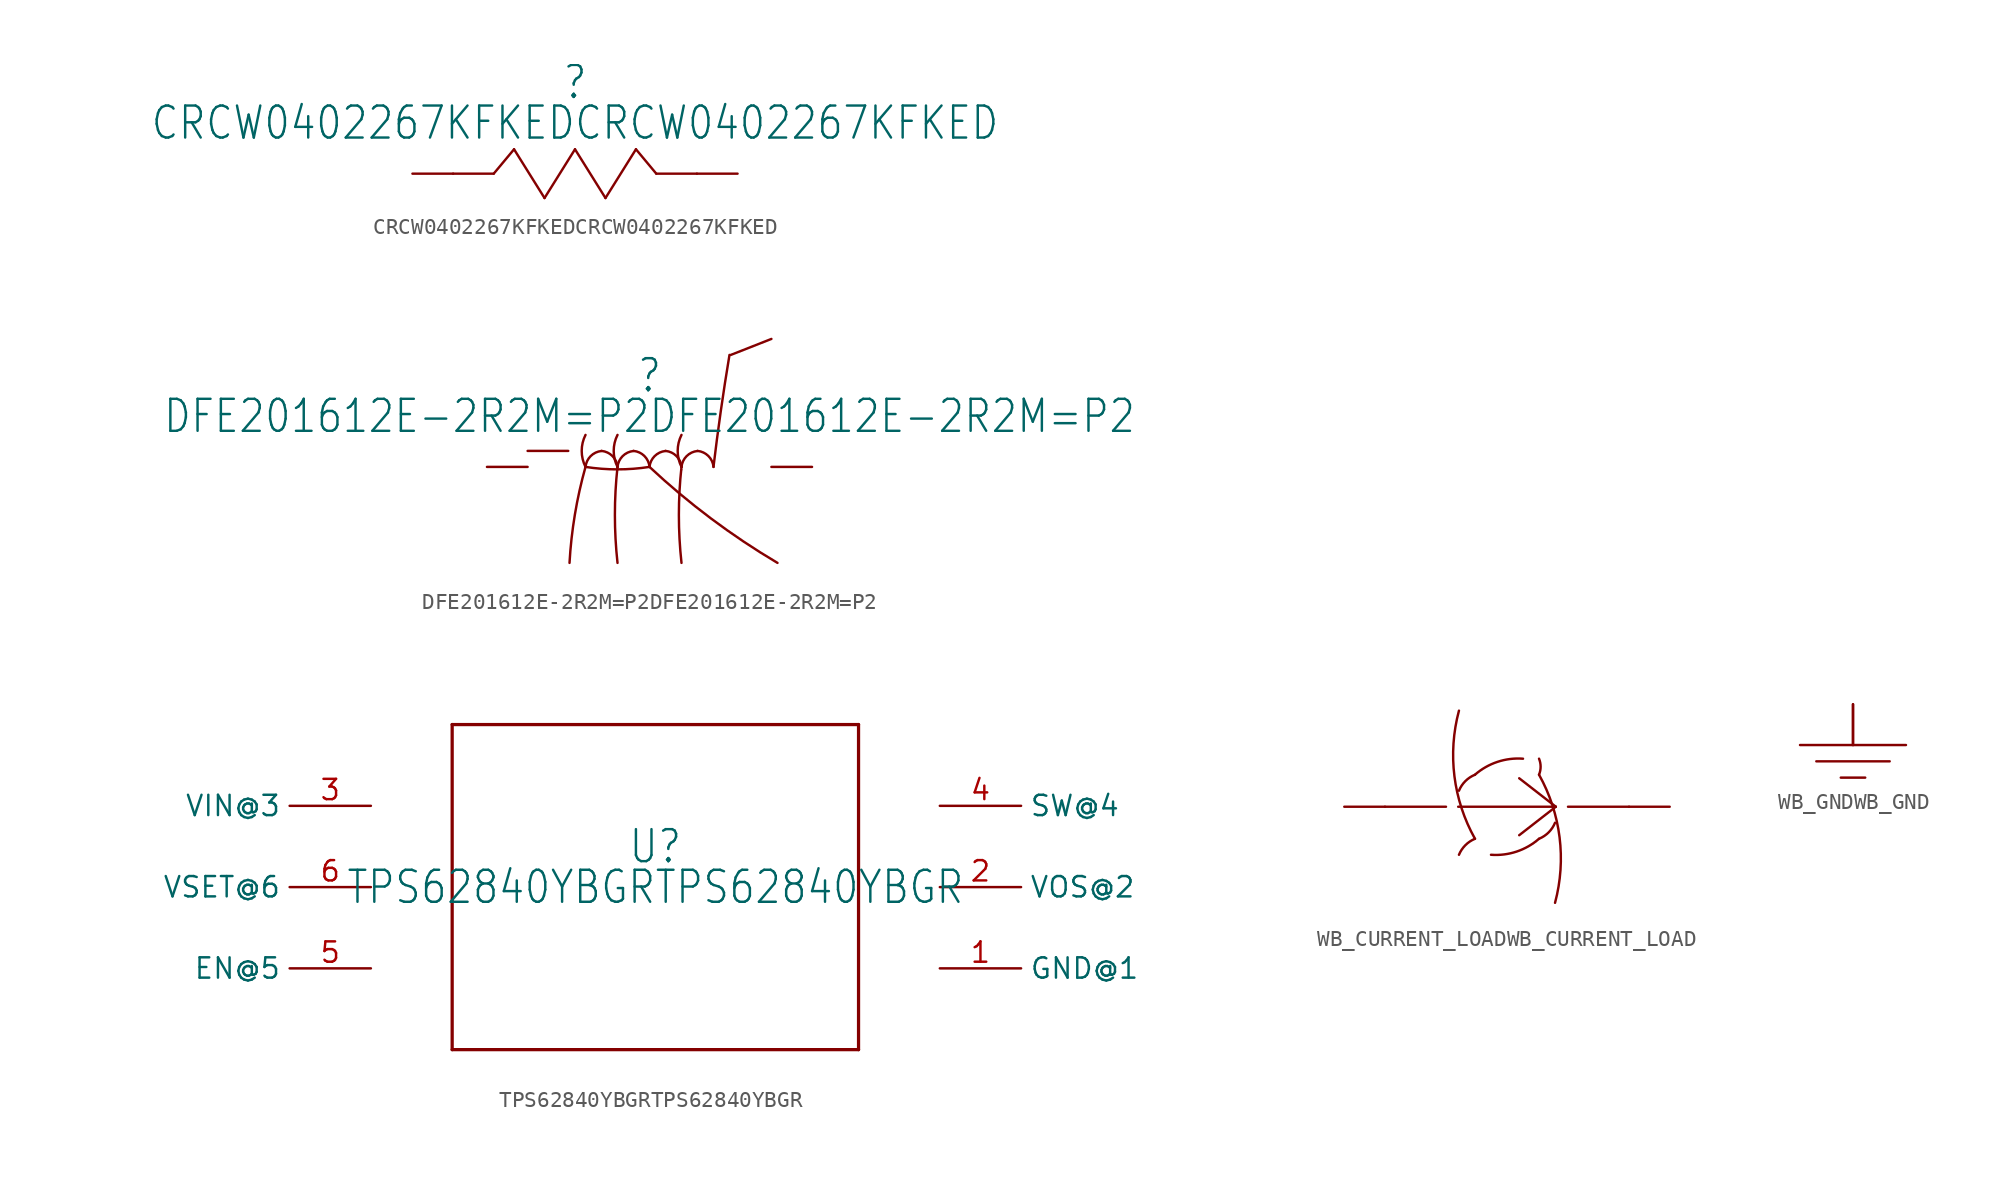
<source format=kicad_sym>
(kicad_symbol_lib
  (version 20211014)
  (generator kicad_symbol_editor)
  (symbol "CRCW0402267KFKEDCRCW0402267KFKED"
    (property "Reference" ""
      (at 0 5.715 0)
      (effects (font (size 2 1.7))))
    (property "Value" "CRCW0402267KFKEDCRCW0402267KFKED"
      (at 0 3.175 0)
      (effects (font (size 2 1.7))))
    (property "ki_locked" ""
      (at 0 0 0)
      (effects (font (size 1.27 1.27))))
    (symbol "CRCW0402267KFKEDCRCW0402267KFKED_1_0"
      (polyline (pts (xy -5.08 0) (xy -7.62 0)) (stroke (width 0.152) (type default) (color 0 0 0 0)) (fill (type none)))
      (polyline (pts (xy -3.81 1.524) (xy -5.08 0)) (stroke (width 0.152) (type default) (color 0 0 0 0)) (fill (type none)))
      (polyline (pts (xy -1.905 -1.524) (xy -3.81 1.524)) (stroke (width 0.152) (type default) (color 0 0 0 0)) (fill (type none)))
      (polyline (pts (xy 0 1.524) (xy -1.905 -1.524)) (stroke (width 0.152) (type default) (color 0 0 0 0)) (fill (type none)))
      (polyline (pts (xy 1.905 -1.524) (xy 0 1.524)) (stroke (width 0.152) (type default) (color 0 0 0 0)) (fill (type none)))
      (polyline (pts (xy 3.81 1.524) (xy 1.905 -1.524)) (stroke (width 0.152) (type default) (color 0 0 0 0)) (fill (type none)))
      (polyline (pts (xy 5.08 0) (xy 3.81 1.524)) (stroke (width 0.152) (type default) (color 0 0 0 0)) (fill (type none)))
      (polyline (pts (xy 7.62 0) (xy 5.08 0)) (stroke (width 0.152) (type default) (color 0 0 0 0)) (fill (type none)))
      (pin passive line (at 7.62 0 0) (length 2.54) (name "1@1" (effects (font (size 0 0)))) (number "1" (effects (font (size 0 0)))))
      (pin passive line (at -7.62 0 180) (length 2.54) (name "2@2" (effects (font (size 0 0)))) (number "2" (effects (font (size 0 0)))))))
  (symbol "DFE201612E-2R2M=P2DFE201612E-2R2M=P2"
    (property "Reference" ""
      (at 0 5.715 0)
      (effects (font (size 2 1.7))))
    (property "Value" "DFE201612E-2R2M=P2DFE201612E-2R2M=P2"
      (at 0 3.175 0)
      (effects (font (size 2 1.7))))
    (property "ki_locked" ""
      (at 0 0 0)
      (effects (font (size 1.27 1.27))))
    (symbol "DFE201612E-2R2M=P2DFE201612E-2R2M=P2_1_0"
      (arc (start -4 0) (mid -4.6635 -2.9728) (end -5 -6) (stroke (width 0.1524) (type default) (color 0 0 0 0)) (fill (type none)))
      (arc (start -3.9999 0) (mid -1.9999 -0.1545) (end 0 0) (stroke (width 0.1524) (type default) (color 0 0 0 0)) (fill (type none)))
      (arc (start -4 1.9999) (mid -4.2376 0.9999) (end -3.9999 0) (stroke (width 0.1524) (type default) (color 0 0 0 0)) (fill (type none)))
      (arc (start -3 0.9999) (mid -3.6785 0.6785) (end -3.9999 0) (stroke (width 0.1524) (type default) (color 0 0 0 0)) (fill (type none)))
      (arc (start -2 0) (mid -2.3192 0.6808) (end -3 1) (stroke (width 0.1524) (type default) (color 0 0 0 0)) (fill (type none)))
      (arc (start -2 0) (mid -2.1634 -3) (end -1.9999 -5.9999) (stroke (width 0.1524) (type default) (color 0 0 0 0)) (fill (type none)))
      (arc (start -2 2) (mid -2.2376 1) (end -2 0) (stroke (width 0.1524) (type default) (color 0 0 0 0)) (fill (type none)))
      (arc (start -0.9999 0.9999) (mid -1.6785 0.6785) (end -2 0) (stroke (width 0.1524) (type default) (color 0 0 0 0)) (fill (type none)))
      (arc (start 0 0) (mid -0.3192 0.6808) (end -1 1) (stroke (width 0.1524) (type default) (color 0 0 0 0)) (fill (type none)))
      (polyline (pts (xy -7.62 1) (xy -5.08 1)) (stroke (width 0.152) (type default) (color 0 0 0 0)) (fill (type none)))
      (polyline (pts (xy 5.08 7) (xy 7.62 8)) (stroke (width 0.152) (type default) (color 0 0 0 0)) (fill (type none)))
      (arc (start 0 0) (mid 3.8365 -3.218) (end 7.9999 -6) (stroke (width 0.1524) (type default) (color 0 0 0 0)) (fill (type none)))
      (arc (start 1 0.9999) (mid 0.3214 0.6786) (end 0 0) (stroke (width 0.1524) (type default) (color 0 0 0 0)) (fill (type none)))
      (arc (start 1.9999 0) (mid 1.6808 0.6808) (end 1 1) (stroke (width 0.1524) (type default) (color 0 0 0 0)) (fill (type none)))
      (arc (start 2 0) (mid 1.8365 -3) (end 1.9999 -6) (stroke (width 0.1524) (type default) (color 0 0 0 0)) (fill (type none)))
      (arc (start 2 1.9999) (mid 1.7623 0.9999) (end 2 0) (stroke (width 0.1524) (type default) (color 0 0 0 0)) (fill (type none)))
      (arc (start 2.0507 -0.1521) (mid 2.0253 -0.1501) (end 1.9999 -0.1521) (stroke (width 0.0001) (type default) (color 0 0 0 0)) (fill (type outline)))
      (arc (start 3 0.9999) (mid 2.3214 0.6786) (end 2 0) (stroke (width 0.1524) (type default) (color 0 0 0 0)) (fill (type none)))
      (arc (start 3.9999 0) (mid 3.6808 0.6808) (end 3 1) (stroke (width 0.1524) (type default) (color 0 0 0 0)) (fill (type none)))
      (arc (start 4.9999 7) (mid 4.4589 3.5059) (end 3.9999 0) (stroke (width 0.1524) (type default) (color 0 0 0 0)) (fill (type none)))
      (pin passive line (at 7.62 0 0) (length 2.54) (name "1@1" (effects (font (size 0 0)))) (number "1" (effects (font (size 0 0)))))
      (pin passive line (at -7.62 0 180) (length 2.54) (name "2@2" (effects (font (size 0 0)))) (number "2" (effects (font (size 0 0)))))))
  (symbol "TPS62840YBGRTPS62840YBGR"
    (property "Reference" "U"
      (at 0 2.54 0)
      (effects (font (size 2 1.7))))
    (property "Value" "TPS62840YBGRTPS62840YBGR"
      (at 0 0 0)
      (effects (font (size 2 1.7))))
    (property "ki_locked" ""
      (at 0 0 0)
      (effects (font (size 1.27 1.27))))
    (symbol "TPS62840YBGRTPS62840YBGR_1_0"
      (polyline (pts (xy -12.7 -10.16) (xy 12.7 -10.16)) (stroke (width 0.203) (type default) (color 0 0 0 0)) (fill (type none)))
      (polyline (pts (xy -12.7 10.16) (xy -12.7 -10.16)) (stroke (width 0.203) (type default) (color 0 0 0 0)) (fill (type none)))
      (polyline (pts (xy 12.7 -10.16) (xy 12.7 10.16)) (stroke (width 0.203) (type default) (color 0 0 0 0)) (fill (type none)))
      (polyline (pts (xy 12.7 10.16) (xy -12.7 10.16)) (stroke (width 0.203) (type default) (color 0 0 0 0)) (fill (type none)))
      (pin power_in line (at 17.78 -5.08 0) (length 5.08) (name "GND@1" (effects (font (size 1.27 1.27)))) (number "1" (effects (font (size 1.27 1.27)))))
      (pin input line (at 17.78 0 0) (length 5.08) (name "VOS@2" (effects (font (size 1.27 1.27)))) (number "2" (effects (font (size 1.27 1.27)))))
      (pin power_in line (at -17.78 5.08 180) (length 5.08) (name "VIN@3" (effects (font (size 1.27 1.27)))) (number "3" (effects (font (size 1.27 1.27)))))
      (pin power_in line (at 17.78 5.08 0) (length 5.08) (name "SW@4" (effects (font (size 1.27 1.27)))) (number "4" (effects (font (size 1.27 1.27)))))
      (pin input line (at -17.78 -5.08 180) (length 5.08) (name "EN@5" (effects (font (size 1.27 1.27)))) (number "5" (effects (font (size 1.27 1.27)))))
      (pin input line (at -17.78 0 180) (length 5.08) (name "VSET@6" (effects (font (size 1.27 1.27)))) (number "6" (effects (font (size 1.27 1.27)))))))
  (symbol "WB_CURRENT_LOADWB_CURRENT_LOAD"
    (property "Reference" ""
      (at 0 0 0)
      (effects (font (size 1.27 1.27)) hide))
    (property "ki_locked" ""
      (at 0 0 0)
      (effects (font (size 1.27 1.27))))
    (symbol "WB_CURRENT_LOADWB_CURRENT_LOAD_1_0"
      (arc (start -3 6) (mid -3.2822 1.9022) (end -1.9999 -2) (stroke (width 0.1524) (type default) (color 0 0 0 0)) (fill (type none)))
      (arc (start -1.9998 -1.9999) (mid -2.5989 -2.4009) (end -2.9999 -3) (stroke (width 0.1524) (type default) (color 0 0 0 0)) (fill (type none)))
      (arc (start -2 1.9999) (mid -2.6007 1.6007) (end -2.9999 0.9999) (stroke (width 0.1524) (type default) (color 0 0 0 0)) (fill (type none)))
      (arc (start -0.9999 -2.9999) (mid 0.6003 -2.8009) (end 1.9999 -1.9999) (stroke (width 0.1524) (type default) (color 0 0 0 0)) (fill (type none)))
      (polyline (pts (xy -3.81 0) (xy -7.62 0)) (stroke (width 0.152) (type default) (color 0 0 0 0)) (fill (type none)))
      (polyline (pts (xy 0.762 -1.778) (xy 3.048 0)) (stroke (width 0.152) (type default) (color 0 0 0 0)) (fill (type none)))
      (polyline (pts (xy 0.762 1.778) (xy 3.048 0)) (stroke (width 0.152) (type default) (color 0 0 0 0)) (fill (type none)))
      (polyline (pts (xy 3.048 0) (xy -3.048 0)) (stroke (width 0.152) (type default) (color 0 0 0 0)) (fill (type none)))
      (polyline (pts (xy 7.62 0) (xy 3.81 0)) (stroke (width 0.152) (type default) (color 0 0 0 0)) (fill (type none)))
      (arc (start 0.9999 2.9999) (mid -0.6003 2.8009) (end -1.9999 1.9999) (stroke (width 0.1524) (type default) (color 0 0 0 0)) (fill (type none)))
      (arc (start 2 -1.9999) (mid 2.6007 -1.6007) (end 2.9999 -0.9999) (stroke (width 0.1524) (type default) (color 0 0 0 0)) (fill (type none)))
      (arc (start 1.9999 1.9999) (mid 2.0989 2.4999) (end 1.9999 3) (stroke (width 0.1524) (type default) (color 0 0 0 0)) (fill (type none)))
      (arc (start 3 -6) (mid 3.2822 -1.9022) (end 1.9999 2) (stroke (width 0.1524) (type default) (color 0 0 0 0)) (fill (type none)))
      (pin passive line (at -7.62 0 180) (length 2.54) (name "+@1" (effects (font (size 0 0)))) (number "1" (effects (font (size 0 0)))))
      (pin passive line (at 7.62 0 0) (length 2.54) (name "-@2" (effects (font (size 0 0)))) (number "2" (effects (font (size 0 0)))))))
  (symbol "WB_GNDWB_GND"
    (property "Reference" ""
      (at 0 0 0)
      (effects (font (size 1.27 1.27)) hide))
    (property "ki_locked" ""
      (at 0 0 0)
      (effects (font (size 1.27 1.27))))
    (symbol "WB_GNDWB_GND_1_0"
      (polyline (pts (xy -3.302 0) (xy 3.302 0)) (stroke (width 0.152) (type default) (color 0 0 0 0)) (fill (type none)))
      (polyline (pts (xy -2.286 -1.016) (xy 2.286 -1.016)) (stroke (width 0.152) (type default) (color 0 0 0 0)) (fill (type none)))
      (polyline (pts (xy -0.762 -2.032) (xy 0.762 -2.032)) (stroke (width 0.152) (type default) (color 0 0 0 0)) (fill (type none)))
      (polyline (pts (xy 0 2.54) (xy 0 0)) (stroke (width 0.152) (type default) (color 0 0 0 0)) (fill (type none)))
      (pin passive line (at 0 2.54 270) (length 2.54) (name "1@1" (effects (font (size 0 0)))) (number "1" (effects (font (size 0 0))))))))
</source>
